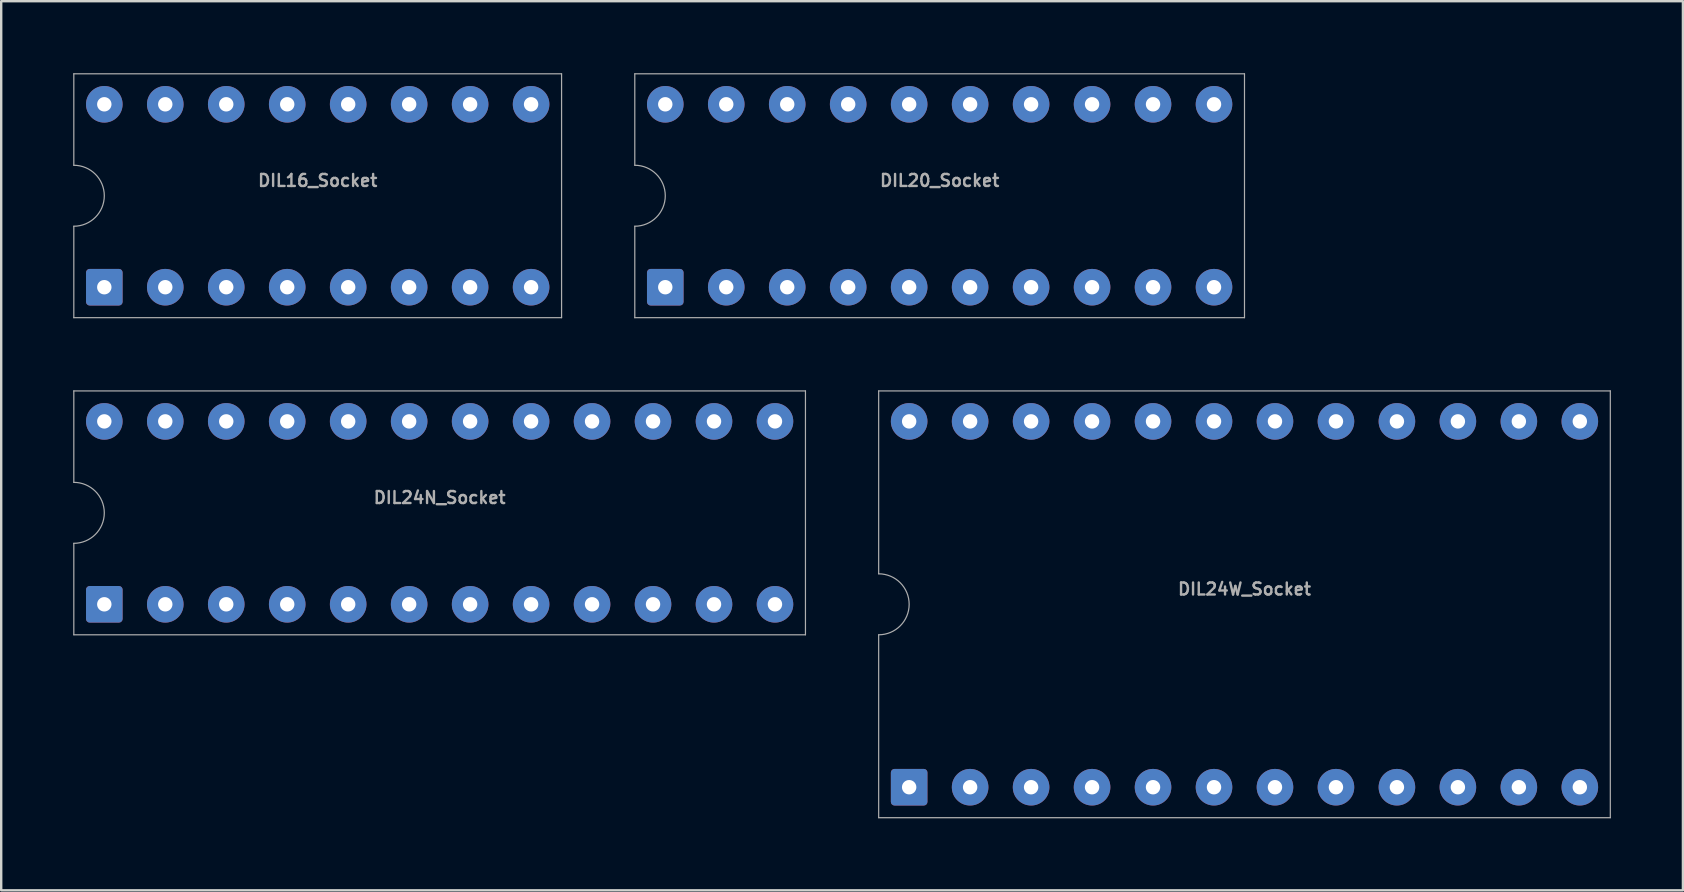
<source format=kicad_pcb>
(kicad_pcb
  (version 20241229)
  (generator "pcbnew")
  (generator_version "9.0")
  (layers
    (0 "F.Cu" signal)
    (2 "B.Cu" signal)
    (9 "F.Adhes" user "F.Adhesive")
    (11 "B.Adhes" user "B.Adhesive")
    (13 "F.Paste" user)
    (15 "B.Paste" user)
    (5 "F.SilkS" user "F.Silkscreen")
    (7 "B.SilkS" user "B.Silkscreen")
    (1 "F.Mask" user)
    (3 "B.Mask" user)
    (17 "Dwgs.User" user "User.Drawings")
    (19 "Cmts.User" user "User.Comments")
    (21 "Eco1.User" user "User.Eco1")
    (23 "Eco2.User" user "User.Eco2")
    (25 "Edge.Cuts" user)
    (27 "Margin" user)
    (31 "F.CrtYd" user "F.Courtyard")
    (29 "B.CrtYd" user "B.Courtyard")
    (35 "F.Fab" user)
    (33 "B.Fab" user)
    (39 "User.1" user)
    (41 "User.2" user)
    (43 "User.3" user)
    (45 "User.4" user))
  (footprint "DIL20_Socket"
    (layer "F.Cu")
    (at 36.095 5.105)
    (property "Reference" "DIL20_Socket" (at 0 -0.635 0) (layer "F.Fab") (effects (font (size 0.5 0.5) (thickness 0.1))))
    (attr through_hole)
    (fp_line (start -12.7 -5.08) (end 12.7 -5.08) (stroke (width 0.05) (type solid)) (layer "F.Fab"))
    (fp_line (start -12.7 -1.27) (end -12.7 -5.08) (stroke (width 0.05) (type solid)) (layer "F.Fab"))
    (fp_line (start -12.7 1.27) (end -12.7 5.08) (stroke (width 0.05) (type solid)) (layer "F.Fab"))
    (fp_line (start 12.7 -5.08) (end 12.7 5.08) (stroke (width 0.05) (type solid)) (layer "F.Fab"))
    (fp_line (start 12.7 5.08) (end -12.7 5.08) (stroke (width 0.05) (type solid)) (layer "F.Fab"))
    (fp_arc (start -12.7 -1.27) (mid -11.43 0) (end -12.7 1.27) (stroke (width 0.05) (type solid)) (layer "F.Fab"))
    (pad "1" thru_hole roundrect (at -11.43 3.81) (size 1.524 1.524) (drill 0.6) (layers "*.Cu" "*.Mask") (roundrect_rratio 0.1))
    (pad "2" thru_hole circle (at -8.89 3.81) (size 1.524 1.524) (drill 0.6) (layers "*.Cu" "*.Mask"))
    (pad "3" thru_hole circle (at -6.35 3.81) (size 1.524 1.524) (drill 0.6) (layers "*.Cu" "*.Mask"))
    (pad "4" thru_hole circle (at -3.81 3.81) (size 1.524 1.524) (drill 0.6) (layers "*.Cu" "*.Mask"))
    (pad "5" thru_hole circle (at -1.27 3.81) (size 1.524 1.524) (drill 0.6) (layers "*.Cu" "*.Mask"))
    (pad "6" thru_hole circle (at 1.27 3.81) (size 1.524 1.524) (drill 0.6) (layers "*.Cu" "*.Mask"))
    (pad "7" thru_hole circle (at 3.81 3.81) (size 1.524 1.524) (drill 0.6) (layers "*.Cu" "*.Mask"))
    (pad "8" thru_hole circle (at 6.35 3.81) (size 1.524 1.524) (drill 0.6) (layers "*.Cu" "*.Mask"))
    (pad "9" thru_hole circle (at 8.89 3.81) (size 1.524 1.524) (drill 0.6) (layers "*.Cu" "*.Mask"))
    (pad "10" thru_hole circle (at 11.43 3.81) (size 1.524 1.524) (drill 0.6) (layers "*.Cu" "*.Mask"))
    (pad "11" thru_hole circle (at 11.43 -3.81) (size 1.524 1.524) (drill 0.6) (layers "*.Cu" "*.Mask"))
    (pad "12" thru_hole circle (at 8.89 -3.81) (size 1.524 1.524) (drill 0.6) (layers "*.Cu" "*.Mask"))
    (pad "13" thru_hole circle (at 6.35 -3.81) (size 1.524 1.524) (drill 0.6) (layers "*.Cu" "*.Mask"))
    (pad "14" thru_hole circle (at 3.81 -3.81) (size 1.524 1.524) (drill 0.6) (layers "*.Cu" "*.Mask"))
    (pad "15" thru_hole circle (at 1.27 -3.81) (size 1.524 1.524) (drill 0.6) (layers "*.Cu" "*.Mask"))
    (pad "16" thru_hole circle (at -1.27 -3.81) (size 1.524 1.524) (drill 0.6) (layers "*.Cu" "*.Mask"))
    (pad "17" thru_hole circle (at -3.81 -3.81) (size 1.524 1.524) (drill 0.6) (layers "*.Cu" "*.Mask"))
    (pad "18" thru_hole circle (at -6.35 -3.81) (size 1.524 1.524) (drill 0.6) (layers "*.Cu" "*.Mask"))
    (pad "19" thru_hole circle (at -8.89 -3.81) (size 1.524 1.524) (drill 0.6) (layers "*.Cu" "*.Mask"))
    (pad "20" thru_hole circle (at -11.43 -3.81) (size 1.524 1.524) (drill 0.6) (layers "*.Cu" "*.Mask")))
  (footprint "DIL24W_Socket"
    (layer "F.Cu")
    (at 48.795 22.125)
    (property "Reference" "DIL24W_Socket" (at 0 -0.635 0) (layer "F.Fab") (effects (font (size 0.5 0.5) (thickness 0.1))))
    (attr through_hole)
    (fp_line (start -15.24 -8.89) (end 15.24 -8.89) (stroke (width 0.05) (type solid)) (layer "F.Fab"))
    (fp_line (start -15.24 -1.27) (end -15.24 -8.89) (stroke (width 0.05) (type solid)) (layer "F.Fab"))
    (fp_line (start -15.24 1.27) (end -15.24 8.89) (stroke (width 0.05) (type solid)) (layer "F.Fab"))
    (fp_line (start 15.24 -8.89) (end 15.24 8.89) (stroke (width 0.05) (type solid)) (layer "F.Fab"))
    (fp_line (start 15.24 8.89) (end -15.24 8.89) (stroke (width 0.05) (type solid)) (layer "F.Fab"))
    (fp_arc (start -15.24 -1.27) (mid -13.97 0) (end -15.24 1.27) (stroke (width 0.05) (type solid)) (layer "F.Fab"))
    (pad "1" thru_hole roundrect (at -13.97 7.62) (size 1.524 1.524) (drill 0.6) (layers "*.Cu" "*.Mask") (roundrect_rratio 0.1))
    (pad "2" thru_hole circle (at -11.43 7.62) (size 1.524 1.524) (drill 0.6) (layers "*.Cu" "*.Mask"))
    (pad "3" thru_hole circle (at -8.89 7.62) (size 1.524 1.524) (drill 0.6) (layers "*.Cu" "*.Mask"))
    (pad "4" thru_hole circle (at -6.35 7.62) (size 1.524 1.524) (drill 0.6) (layers "*.Cu" "*.Mask"))
    (pad "5" thru_hole circle (at -3.81 7.62) (size 1.524 1.524) (drill 0.6) (layers "*.Cu" "*.Mask"))
    (pad "6" thru_hole circle (at -1.27 7.62) (size 1.524 1.524) (drill 0.6) (layers "*.Cu" "*.Mask"))
    (pad "7" thru_hole circle (at 1.27 7.62) (size 1.524 1.524) (drill 0.6) (layers "*.Cu" "*.Mask"))
    (pad "8" thru_hole circle (at 3.81 7.62) (size 1.524 1.524) (drill 0.6) (layers "*.Cu" "*.Mask"))
    (pad "9" thru_hole circle (at 6.35 7.62) (size 1.524 1.524) (drill 0.6) (layers "*.Cu" "*.Mask"))
    (pad "10" thru_hole circle (at 8.89 7.62) (size 1.524 1.524) (drill 0.6) (layers "*.Cu" "*.Mask"))
    (pad "11" thru_hole circle (at 11.43 7.62) (size 1.524 1.524) (drill 0.6) (layers "*.Cu" "*.Mask"))
    (pad "12" thru_hole circle (at 13.97 7.62) (size 1.524 1.524) (drill 0.6) (layers "*.Cu" "*.Mask"))
    (pad "13" thru_hole circle (at 13.97 -7.62) (size 1.524 1.524) (drill 0.6) (layers "*.Cu" "*.Mask"))
    (pad "14" thru_hole circle (at 11.43 -7.62) (size 1.524 1.524) (drill 0.6) (layers "*.Cu" "*.Mask"))
    (pad "15" thru_hole circle (at 8.89 -7.62) (size 1.524 1.524) (drill 0.6) (layers "*.Cu" "*.Mask"))
    (pad "16" thru_hole circle (at 6.35 -7.62) (size 1.524 1.524) (drill 0.6) (layers "*.Cu" "*.Mask"))
    (pad "17" thru_hole circle (at 3.81 -7.62) (size 1.524 1.524) (drill 0.6) (layers "*.Cu" "*.Mask"))
    (pad "18" thru_hole circle (at 1.27 -7.62) (size 1.524 1.524) (drill 0.6) (layers "*.Cu" "*.Mask"))
    (pad "19" thru_hole circle (at -1.27 -7.62) (size 1.524 1.524) (drill 0.6) (layers "*.Cu" "*.Mask"))
    (pad "20" thru_hole circle (at -3.81 -7.62) (size 1.524 1.524) (drill 0.6) (layers "*.Cu" "*.Mask"))
    (pad "21" thru_hole circle (at -6.35 -7.62) (size 1.524 1.524) (drill 0.6) (layers "*.Cu" "*.Mask"))
    (pad "22" thru_hole circle (at -8.89 -7.62) (size 1.524 1.524) (drill 0.6) (layers "*.Cu" "*.Mask"))
    (pad "23" thru_hole circle (at -11.43 -7.62) (size 1.524 1.524) (drill 0.6) (layers "*.Cu" "*.Mask"))
    (pad "24" thru_hole circle (at -13.97 -7.62) (size 1.524 1.524) (drill 0.6) (layers "*.Cu" "*.Mask")))
  (footprint "DIL24N_Socket"
    (layer "F.Cu")
    (at 15.265 18.315)
    (property "Reference" "DIL24N_Socket" (at 0 -0.635 0) (layer "F.Fab") (effects (font (size 0.5 0.5) (thickness 0.1))))
    (attr through_hole)
    (fp_line (start -15.24 -5.08) (end 15.24 -5.08) (stroke (width 0.05) (type solid)) (layer "F.Fab"))
    (fp_line (start -15.24 -1.27) (end -15.24 -5.08) (stroke (width 0.05) (type solid)) (layer "F.Fab"))
    (fp_line (start -15.24 1.27) (end -15.24 5.08) (stroke (width 0.05) (type solid)) (layer "F.Fab"))
    (fp_line (start 15.24 -5.08) (end 15.24 5.08) (stroke (width 0.05) (type solid)) (layer "F.Fab"))
    (fp_line (start 15.24 5.08) (end -15.24 5.08) (stroke (width 0.05) (type solid)) (layer "F.Fab"))
    (fp_arc (start -15.24 -1.27) (mid -13.97 0) (end -15.24 1.27) (stroke (width 0.05) (type solid)) (layer "F.Fab"))
    (pad "1" thru_hole roundrect (at -13.97 3.81) (size 1.524 1.524) (drill 0.6) (layers "*.Cu" "*.Mask") (roundrect_rratio 0.1))
    (pad "2" thru_hole circle (at -11.43 3.81) (size 1.524 1.524) (drill 0.6) (layers "*.Cu" "*.Mask"))
    (pad "3" thru_hole circle (at -8.89 3.81) (size 1.524 1.524) (drill 0.6) (layers "*.Cu" "*.Mask"))
    (pad "4" thru_hole circle (at -6.35 3.81) (size 1.524 1.524) (drill 0.6) (layers "*.Cu" "*.Mask"))
    (pad "5" thru_hole circle (at -3.81 3.81) (size 1.524 1.524) (drill 0.6) (layers "*.Cu" "*.Mask"))
    (pad "6" thru_hole circle (at -1.27 3.81) (size 1.524 1.524) (drill 0.6) (layers "*.Cu" "*.Mask"))
    (pad "7" thru_hole circle (at 1.27 3.81) (size 1.524 1.524) (drill 0.6) (layers "*.Cu" "*.Mask"))
    (pad "8" thru_hole circle (at 3.81 3.81) (size 1.524 1.524) (drill 0.6) (layers "*.Cu" "*.Mask"))
    (pad "9" thru_hole circle (at 6.35 3.81) (size 1.524 1.524) (drill 0.6) (layers "*.Cu" "*.Mask"))
    (pad "10" thru_hole circle (at 8.89 3.81) (size 1.524 1.524) (drill 0.6) (layers "*.Cu" "*.Mask"))
    (pad "11" thru_hole circle (at 11.43 3.81) (size 1.524 1.524) (drill 0.6) (layers "*.Cu" "*.Mask"))
    (pad "12" thru_hole circle (at 13.97 3.81) (size 1.524 1.524) (drill 0.6) (layers "*.Cu" "*.Mask"))
    (pad "13" thru_hole circle (at 13.97 -3.81) (size 1.524 1.524) (drill 0.6) (layers "*.Cu" "*.Mask"))
    (pad "14" thru_hole circle (at 11.43 -3.81) (size 1.524 1.524) (drill 0.6) (layers "*.Cu" "*.Mask"))
    (pad "15" thru_hole circle (at 8.89 -3.81) (size 1.524 1.524) (drill 0.6) (layers "*.Cu" "*.Mask"))
    (pad "16" thru_hole circle (at 6.35 -3.81) (size 1.524 1.524) (drill 0.6) (layers "*.Cu" "*.Mask"))
    (pad "17" thru_hole circle (at 3.81 -3.81) (size 1.524 1.524) (drill 0.6) (layers "*.Cu" "*.Mask"))
    (pad "18" thru_hole circle (at 1.27 -3.81) (size 1.524 1.524) (drill 0.6) (layers "*.Cu" "*.Mask"))
    (pad "19" thru_hole circle (at -1.27 -3.81) (size 1.524 1.524) (drill 0.6) (layers "*.Cu" "*.Mask"))
    (pad "20" thru_hole circle (at -3.81 -3.81) (size 1.524 1.524) (drill 0.6) (layers "*.Cu" "*.Mask"))
    (pad "21" thru_hole circle (at -6.35 -3.81) (size 1.524 1.524) (drill 0.6) (layers "*.Cu" "*.Mask"))
    (pad "22" thru_hole circle (at -8.89 -3.81) (size 1.524 1.524) (drill 0.6) (layers "*.Cu" "*.Mask"))
    (pad "23" thru_hole circle (at -11.43 -3.81) (size 1.524 1.524) (drill 0.6) (layers "*.Cu" "*.Mask"))
    (pad "24" thru_hole circle (at -13.97 -3.81) (size 1.524 1.524) (drill 0.6) (layers "*.Cu" "*.Mask")))
  (footprint "DIL16_Socket"
    (layer "F.Cu")
    (at 10.185 5.105)
    (property "Reference" "DIL16_Socket" (at 0 -0.635 0) (layer "F.Fab") (effects (font (size 0.5 0.5) (thickness 0.1))))
    (attr through_hole)
    (fp_line (start -10.16 -5.08) (end 10.16 -5.08) (stroke (width 0.05) (type solid)) (layer "F.Fab"))
    (fp_line (start -10.16 -1.27) (end -10.16 -5.08) (stroke (width 0.05) (type solid)) (layer "F.Fab"))
    (fp_line (start -10.16 1.27) (end -10.16 5.08) (stroke (width 0.05) (type solid)) (layer "F.Fab"))
    (fp_line (start 10.16 -5.08) (end 10.16 5.08) (stroke (width 0.05) (type solid)) (layer "F.Fab"))
    (fp_line (start 10.16 5.08) (end -10.16 5.08) (stroke (width 0.05) (type solid)) (layer "F.Fab"))
    (fp_arc (start -10.16 -1.27) (mid -8.89 0) (end -10.16 1.27) (stroke (width 0.05) (type solid)) (layer "F.Fab"))
    (pad "1" thru_hole roundrect (at -8.89 3.81) (size 1.524 1.524) (drill 0.6) (layers "*.Cu" "*.Mask") (roundrect_rratio 0.1))
    (pad "2" thru_hole circle (at -6.35 3.81) (size 1.524 1.524) (drill 0.6) (layers "*.Cu" "*.Mask"))
    (pad "3" thru_hole circle (at -3.81 3.81) (size 1.524 1.524) (drill 0.6) (layers "*.Cu" "*.Mask"))
    (pad "4" thru_hole circle (at -1.27 3.81) (size 1.524 1.524) (drill 0.6) (layers "*.Cu" "*.Mask"))
    (pad "5" thru_hole circle (at 1.27 3.81) (size 1.524 1.524) (drill 0.6) (layers "*.Cu" "*.Mask"))
    (pad "6" thru_hole circle (at 3.81 3.81) (size 1.524 1.524) (drill 0.6) (layers "*.Cu" "*.Mask"))
    (pad "7" thru_hole circle (at 6.35 3.81) (size 1.524 1.524) (drill 0.6) (layers "*.Cu" "*.Mask"))
    (pad "8" thru_hole circle (at 8.89 3.81) (size 1.524 1.524) (drill 0.6) (layers "*.Cu" "*.Mask"))
    (pad "9" thru_hole circle (at 8.89 -3.81) (size 1.524 1.524) (drill 0.6) (layers "*.Cu" "*.Mask"))
    (pad "10" thru_hole circle (at 6.35 -3.81) (size 1.524 1.524) (drill 0.6) (layers "*.Cu" "*.Mask"))
    (pad "11" thru_hole circle (at 3.81 -3.81) (size 1.524 1.524) (drill 0.6) (layers "*.Cu" "*.Mask"))
    (pad "12" thru_hole circle (at 1.27 -3.81) (size 1.524 1.524) (drill 0.6) (layers "*.Cu" "*.Mask"))
    (pad "13" thru_hole circle (at -1.27 -3.81) (size 1.524 1.524) (drill 0.6) (layers "*.Cu" "*.Mask"))
    (pad "14" thru_hole circle (at -3.81 -3.81) (size 1.524 1.524) (drill 0.6) (layers "*.Cu" "*.Mask"))
    (pad "15" thru_hole circle (at -6.35 -3.81) (size 1.524 1.524) (drill 0.6) (layers "*.Cu" "*.Mask"))
    (pad "16" thru_hole circle (at -8.89 -3.81) (size 1.524 1.524) (drill 0.6) (layers "*.Cu" "*.Mask")))
  (gr_rect
    (start -3 -3)
    (end 67.06 34.04)
    (stroke (width 0.1) (type default))
    (fill no)
    (layer "Edge.Cuts")))
</source>
